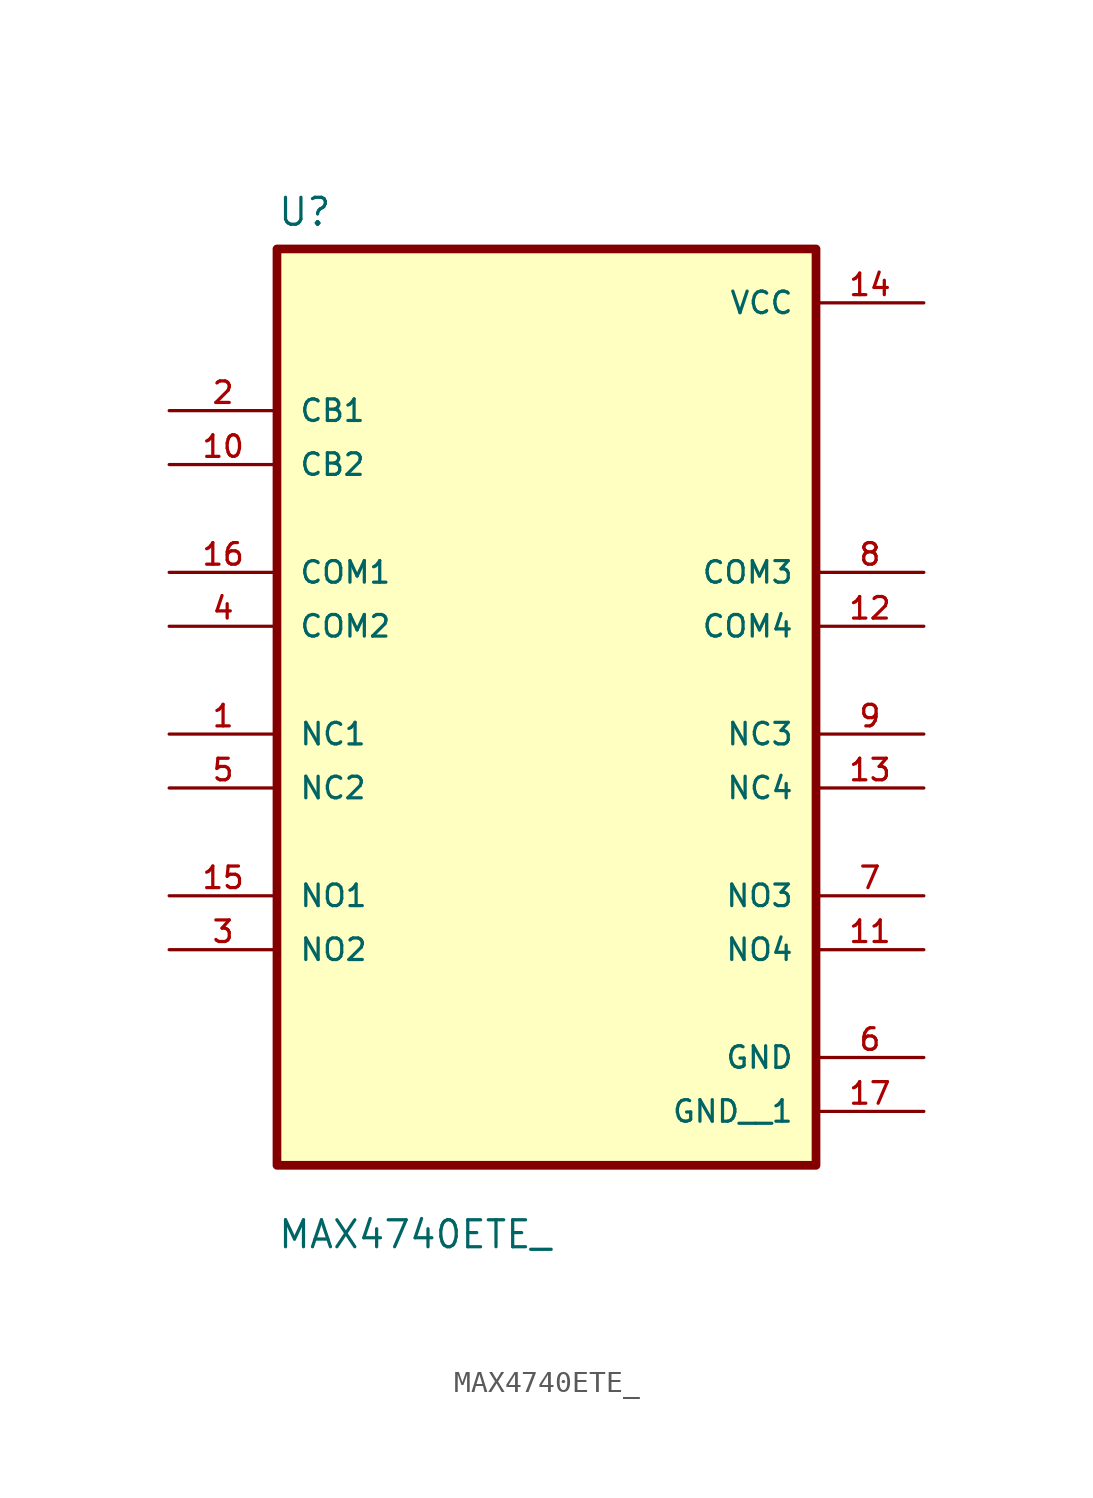
<source format=kicad_sym>
(kicad_symbol_lib
  (version 20220914)
  (generator kicad_symbol_editor)
  (symbol "MAX4740ETE_"
    (pin_names
      (offset 1.016))
    (property "Reference" "U"
      (at -12.7 21.32 0)
      (effects (font (size 1.27 1.27)) (justify left bottom)))
    (property "Value" "MAX4740ETE_"
      (at -12.7 -26.86 0)
      (effects (font (size 1.27 1.27)) (justify left bottom)))
    (symbol "MAX4740ETE__0_0"
      (rectangle (start -12.7 -22.86) (end 12.7 20.32) (stroke (width 0.41) (type default)) (fill (type background)))
      (pin bidirectional line (at -17.78 -2.54 0) (length 5.08) (name "NC1" (effects (font (size 1.016 1.016)))) (number "1" (effects (font (size 1.016 1.016)))))
      (pin input line (at -17.78 10.16 0) (length 5.08) (name "CB2" (effects (font (size 1.016 1.016)))) (number "10" (effects (font (size 1.016 1.016)))))
      (pin bidirectional line (at 17.78 -12.7 180) (length 5.08) (name "NO4" (effects (font (size 1.016 1.016)))) (number "11" (effects (font (size 1.016 1.016)))))
      (pin bidirectional line (at 17.78 2.54 180) (length 5.08) (name "COM4" (effects (font (size 1.016 1.016)))) (number "12" (effects (font (size 1.016 1.016)))))
      (pin bidirectional line (at 17.78 -5.08 180) (length 5.08) (name "NC4" (effects (font (size 1.016 1.016)))) (number "13" (effects (font (size 1.016 1.016)))))
      (pin power_in line (at 17.78 17.78 180) (length 5.08) (name "VCC" (effects (font (size 1.016 1.016)))) (number "14" (effects (font (size 1.016 1.016)))))
      (pin bidirectional line (at -17.78 -10.16 0) (length 5.08) (name "NO1" (effects (font (size 1.016 1.016)))) (number "15" (effects (font (size 1.016 1.016)))))
      (pin bidirectional line (at -17.78 5.08 0) (length 5.08) (name "COM1" (effects (font (size 1.016 1.016)))) (number "16" (effects (font (size 1.016 1.016)))))
      (pin power_in line (at 17.78 -20.32 180) (length 5.08) (name "GND__1" (effects (font (size 1.016 1.016)))) (number "17" (effects (font (size 1.016 1.016)))))
      (pin input line (at -17.78 12.7 0) (length 5.08) (name "CB1" (effects (font (size 1.016 1.016)))) (number "2" (effects (font (size 1.016 1.016)))))
      (pin bidirectional line (at -17.78 -12.7 0) (length 5.08) (name "NO2" (effects (font (size 1.016 1.016)))) (number "3" (effects (font (size 1.016 1.016)))))
      (pin bidirectional line (at -17.78 2.54 0) (length 5.08) (name "COM2" (effects (font (size 1.016 1.016)))) (number "4" (effects (font (size 1.016 1.016)))))
      (pin bidirectional line (at -17.78 -5.08 0) (length 5.08) (name "NC2" (effects (font (size 1.016 1.016)))) (number "5" (effects (font (size 1.016 1.016)))))
      (pin power_in line (at 17.78 -17.78 180) (length 5.08) (name "GND" (effects (font (size 1.016 1.016)))) (number "6" (effects (font (size 1.016 1.016)))))
      (pin bidirectional line (at 17.78 -10.16 180) (length 5.08) (name "NO3" (effects (font (size 1.016 1.016)))) (number "7" (effects (font (size 1.016 1.016)))))
      (pin bidirectional line (at 17.78 5.08 180) (length 5.08) (name "COM3" (effects (font (size 1.016 1.016)))) (number "8" (effects (font (size 1.016 1.016)))))
      (pin bidirectional line (at 17.78 -2.54 180) (length 5.08) (name "NC3" (effects (font (size 1.016 1.016)))) (number "9" (effects (font (size 1.016 1.016))))))))
</source>
